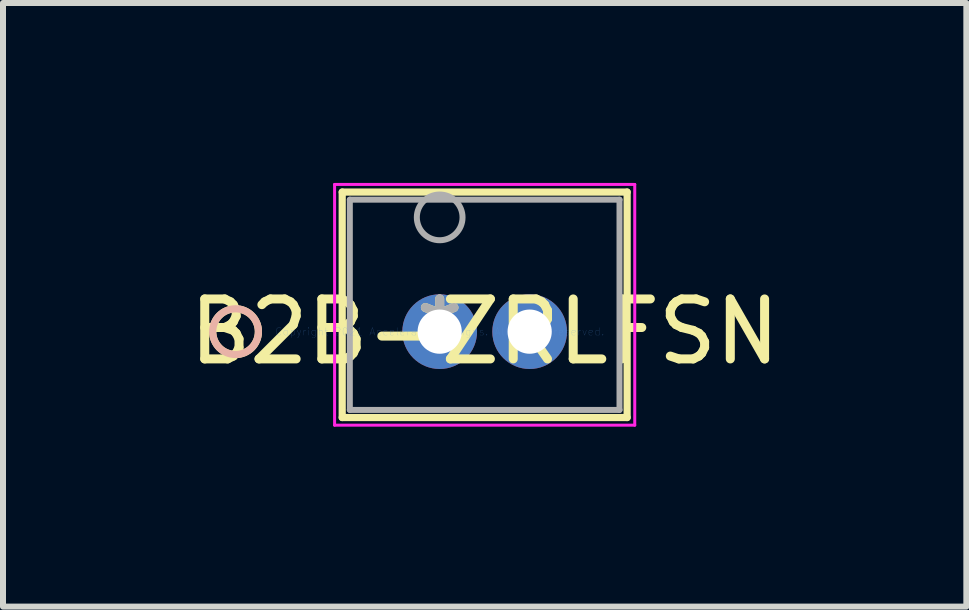
<source format=kicad_pcb>
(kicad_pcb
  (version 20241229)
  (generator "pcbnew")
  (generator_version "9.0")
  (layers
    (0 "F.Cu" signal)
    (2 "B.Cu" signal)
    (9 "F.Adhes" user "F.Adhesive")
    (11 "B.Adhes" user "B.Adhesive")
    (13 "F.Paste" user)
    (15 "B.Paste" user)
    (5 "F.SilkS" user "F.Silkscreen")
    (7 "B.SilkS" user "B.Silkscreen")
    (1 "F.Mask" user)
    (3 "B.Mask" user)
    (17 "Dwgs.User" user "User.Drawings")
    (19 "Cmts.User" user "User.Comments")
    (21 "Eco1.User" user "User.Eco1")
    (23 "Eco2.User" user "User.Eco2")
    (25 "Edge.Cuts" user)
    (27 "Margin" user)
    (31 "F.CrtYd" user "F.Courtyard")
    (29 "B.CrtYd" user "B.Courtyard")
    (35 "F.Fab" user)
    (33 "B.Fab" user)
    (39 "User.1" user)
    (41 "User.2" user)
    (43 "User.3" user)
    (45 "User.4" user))
  (footprint "B2B-ZRLFSN"
    (layer "F.Cu")
    (at 4.28 2.479)
    (property "Reference" "B2B-ZRLFSN" (at 0.75 0 0) (layer "F.SilkS") (effects (font (size 1 1) (thickness 0.15))))
    (attr through_hole)
    (fp_line (start -1.625 -2.327) (end -1.625 1.432) (stroke (width 0.12) (type solid)) (layer "F.SilkS"))
    (fp_line (start -1.625 1.432) (end 3.125 1.432) (stroke (width 0.12) (type solid)) (layer "F.SilkS"))
    (fp_line (start 3.125 -2.327) (end -1.625 -2.327) (stroke (width 0.12) (type solid)) (layer "F.SilkS"))
    (fp_line (start 3.125 1.432) (end 3.125 -2.327) (stroke (width 0.12) (type solid)) (layer "F.SilkS"))
    (fp_circle (center -3.403 0) (end -3.022 0) (stroke (width 0.12) (type solid)) (fill no) (layer "F.SilkS"))
    (fp_circle (center -3.403 0) (end -3.022 0) (stroke (width 0.12) (type solid)) (fill no) (layer "B.SilkS"))
    (fp_line (start -1.752 -2.454) (end -1.752 1.559) (stroke (width 0.05) (type solid)) (layer "F.CrtYd"))
    (fp_line (start -1.752 1.559) (end 3.252 1.559) (stroke (width 0.05) (type solid)) (layer "F.CrtYd"))
    (fp_line (start 3.252 -2.454) (end -1.752 -2.454) (stroke (width 0.05) (type solid)) (layer "F.CrtYd"))
    (fp_line (start 3.252 1.559) (end 3.252 -2.454) (stroke (width 0.05) (type solid)) (layer "F.CrtYd"))
    (fp_line (start -1.498 -2.2) (end -1.498 1.305) (stroke (width 0.1) (type solid)) (layer "F.Fab"))
    (fp_line (start -1.498 1.305) (end 2.998 1.305) (stroke (width 0.1) (type solid)) (layer "F.Fab"))
    (fp_line (start 2.998 -2.2) (end -1.498 -2.2) (stroke (width 0.1) (type solid)) (layer "F.Fab"))
    (fp_line (start 2.998 1.305) (end 2.998 -2.2) (stroke (width 0.1) (type solid)) (layer "F.Fab"))
    (fp_circle (center 0 -1.905) (end 0.381 -1.905) (stroke (width 0.1) (type solid)) (fill no) (layer "F.Fab"))
    (fp_text user "*" (at 0 0 0) (layer "F.SilkS") (effects (font (size 1 1) (thickness 0.15))))
    (fp_text user "Copyright 2021 Accelerated Designs. All rights reserved." (at 0 0 0) (layer "Cmts.User") (effects (font (size 0.127 0.127) (thickness 0.002))))
    (fp_text user "*" (at 0 0 0) (layer "F.Fab") (effects (font (size 1 1) (thickness 0.15))))
    (pad "1" thru_hole circle (at -0.000001 0) (size 1.245 1.245) (drill 0.737) (layers "*.Cu" "*.Mask"))
    (pad "2" thru_hole circle (at 1.5 0) (size 1.245 1.245) (drill 0.737) (layers "*.Cu" "*.Mask")))
  (gr_rect
    (start -3 -3)
    (end 13.06 7.063)
    (stroke (width 0.1) (type default))
    (fill no)
    (layer "Edge.Cuts")))
</source>
